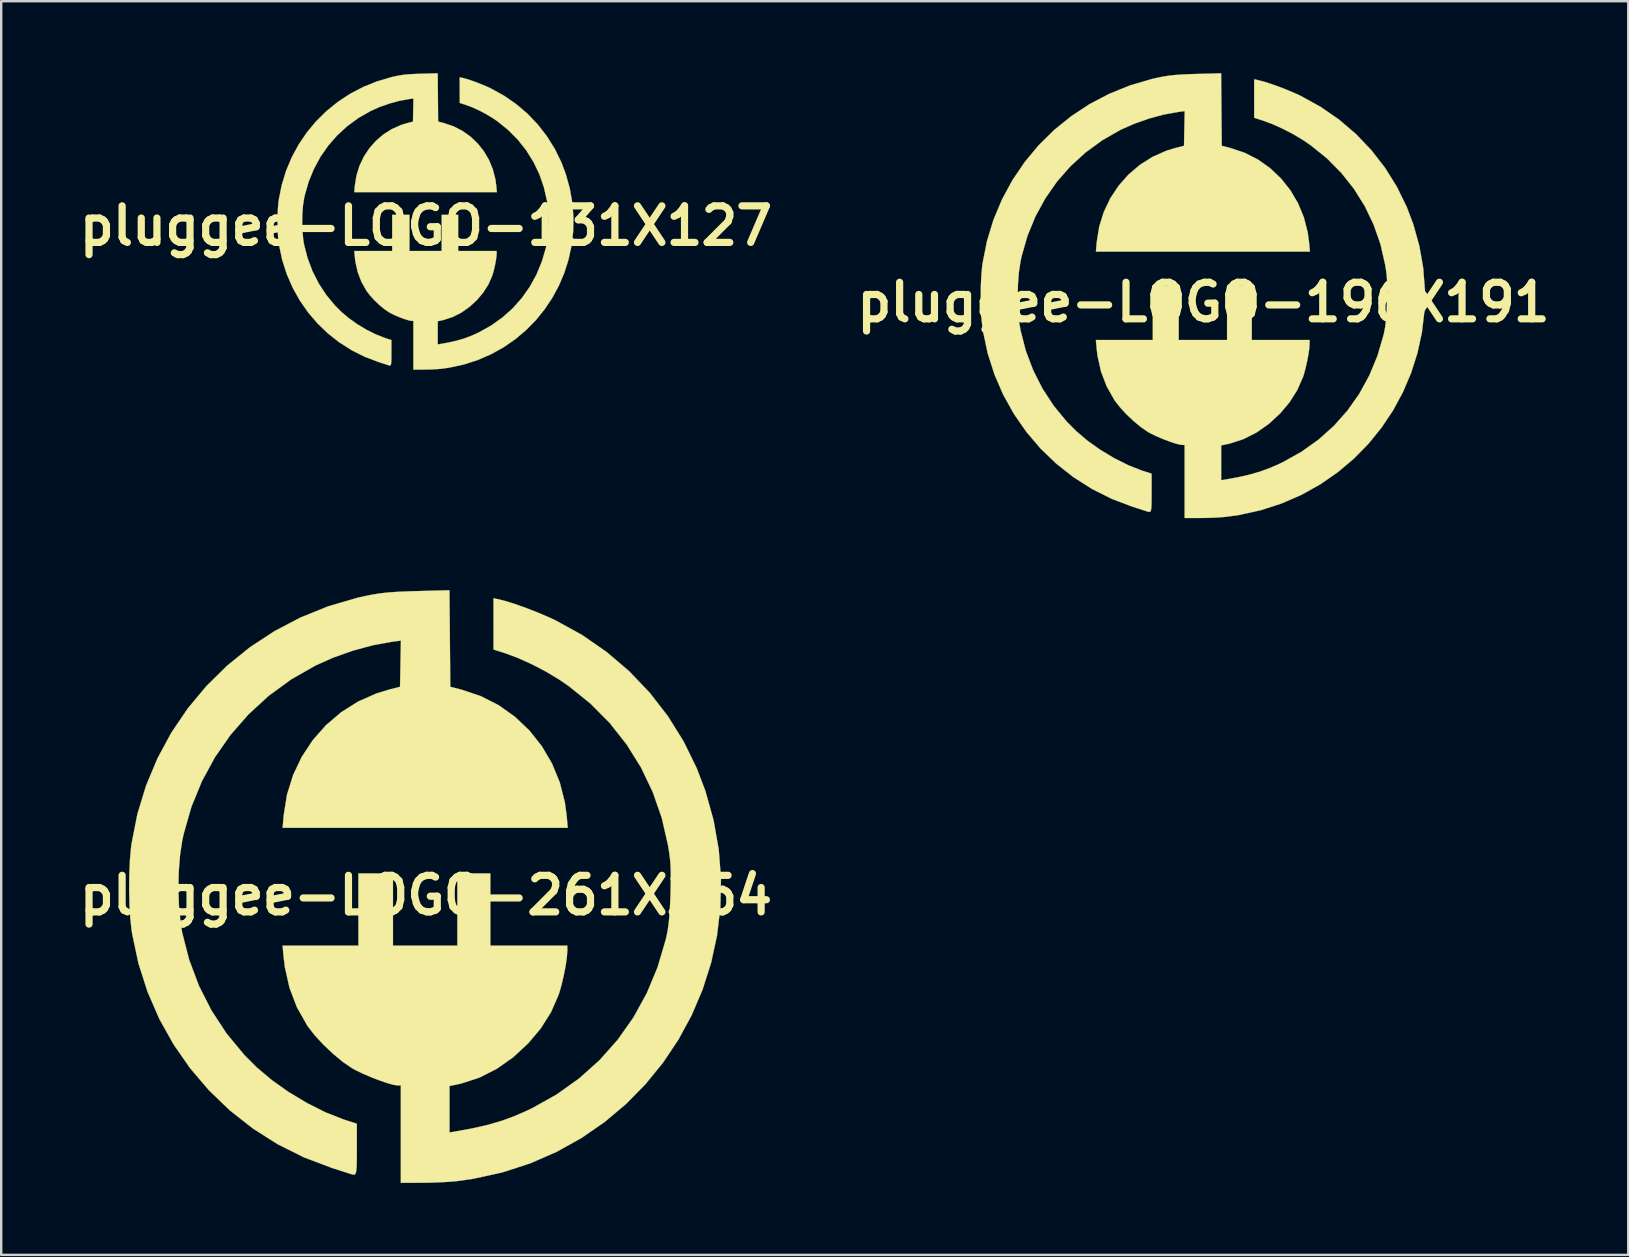
<source format=kicad_pcb>
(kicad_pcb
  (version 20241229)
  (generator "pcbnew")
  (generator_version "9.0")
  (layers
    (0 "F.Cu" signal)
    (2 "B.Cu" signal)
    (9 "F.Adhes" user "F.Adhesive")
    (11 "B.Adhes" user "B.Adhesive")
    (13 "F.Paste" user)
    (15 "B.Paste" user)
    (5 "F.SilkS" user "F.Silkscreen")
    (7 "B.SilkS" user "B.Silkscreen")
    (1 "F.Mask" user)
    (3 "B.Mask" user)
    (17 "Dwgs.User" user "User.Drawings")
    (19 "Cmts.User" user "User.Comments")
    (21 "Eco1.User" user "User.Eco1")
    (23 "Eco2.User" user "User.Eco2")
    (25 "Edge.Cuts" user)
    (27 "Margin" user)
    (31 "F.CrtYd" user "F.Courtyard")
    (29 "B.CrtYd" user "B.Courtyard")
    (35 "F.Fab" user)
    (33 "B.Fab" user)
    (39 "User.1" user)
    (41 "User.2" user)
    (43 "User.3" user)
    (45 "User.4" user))
  (footprint "pluggee-LOGO-261X254"
    (layer "F.Cu")
    (at 14.703 34.267)
    (property "Reference" "pluggee-LOGO-261X254" (at 0 0 0) (layer "F.SilkS") (effects (font (size 1.524 1.524) (thickness 0.3))))
    (attr through_hole)
    (fp_poly (pts (xy 0.997 -10.705) (xy 1.015 -8.692) (xy 1.485 -8.572) (xy 2.289 -8.303) (xy 3.034 -7.923) (xy 3.711 -7.442) (xy 4.312 -6.87) (xy 4.829 -6.218) (xy 5.253 -5.496) (xy 5.576 -4.713) (xy 5.789 -3.879) (xy 5.865 -3.322) (xy 5.91 -2.815) (xy -5.974 -2.815) (xy -5.928 -3.346) (xy -5.791 -4.2) (xy -5.538 -5.011) (xy -5.178 -5.77) (xy -4.719 -6.466) (xy -4.17 -7.089) (xy -3.539 -7.628) (xy -2.836 -8.073) (xy -2.068 -8.414) (xy -1.55 -8.572) (xy -1.08 -8.692) (xy -1.062 -9.655) (xy -1.044 -10.618) (xy -1.389 -10.574) (xy -2.198 -10.428) (xy -3.045 -10.199) (xy -3.879 -9.904) (xy -4.615 -9.574) (xy -5.625 -8.996) (xy -6.553 -8.318) (xy -7.394 -7.548) (xy -8.141 -6.694) (xy -8.791 -5.762) (xy -9.337 -4.759) (xy -9.774 -3.692) (xy -10.096 -2.569) (xy -10.16 -2.273) (xy -10.251 -1.665) (xy -10.304 -0.975) (xy -10.318 -0.247) (xy -10.292 0.473) (xy -10.227 1.143) (xy -10.16 1.553) (xy -9.868 2.688) (xy -9.459 3.774) (xy -8.937 4.801) (xy -8.308 5.761) (xy -7.577 6.644) (xy -7.051 7.172) (xy -6.423 7.701) (xy -5.713 8.204) (xy -4.957 8.657) (xy -4.189 9.042) (xy -3.446 9.336) (xy -3.355 9.366) (xy -2.88 9.518) (xy -2.88 10.585) (xy -2.882 10.989) (xy -2.887 11.28) (xy -2.902 11.473) (xy -2.928 11.586) (xy -2.97 11.637) (xy -3.033 11.642) (xy -3.11 11.621) (xy -3.194 11.593) (xy -3.377 11.535) (xy -3.631 11.453) (xy -3.928 11.358) (xy -5.09 10.918) (xy -6.189 10.368) (xy -7.218 9.714) (xy -8.173 8.963) (xy -9.046 8.124) (xy -9.831 7.202) (xy -10.524 6.205) (xy -11.118 5.14) (xy -11.606 4.014) (xy -11.984 2.834) (xy -12.244 1.607) (xy -12.271 1.432) (xy -12.324 0.941) (xy -12.357 0.361) (xy -12.37 -0.265) (xy -12.363 -0.898) (xy -12.336 -1.496) (xy -12.289 -2.017) (xy -12.271 -2.152) (xy -12.027 -3.389) (xy -11.664 -4.578) (xy -11.189 -5.711) (xy -10.609 -6.784) (xy -9.928 -7.789) (xy -9.153 -8.72) (xy -8.29 -9.571) (xy -7.345 -10.335) (xy -6.323 -11.007) (xy -5.232 -11.579) (xy -4.076 -12.047) (xy -2.861 -12.402) (xy -2.522 -12.478) (xy -2.201 -12.541) (xy -1.894 -12.589) (xy -1.57 -12.624) (xy -1.198 -12.65) (xy -0.747 -12.67) (xy -0.377 -12.681) (xy 0.98 -12.717) (xy 0.997 -10.705)) (stroke (width 0.01) (type solid)) (fill yes) (layer "F.SilkS"))
    (fp_poly (pts (xy 3.028 -12.339) (xy 3.35 -12.256) (xy 3.756 -12.127) (xy 4.21 -11.964) (xy 4.679 -11.78) (xy 5.128 -11.588) (xy 5.404 -11.459) (xy 6.508 -10.852) (xy 7.533 -10.142) (xy 8.475 -9.337) (xy 9.328 -8.443) (xy 10.085 -7.467) (xy 10.74 -6.415) (xy 11.288 -5.295) (xy 11.647 -4.351) (xy 11.988 -3.13) (xy 12.203 -1.911) (xy 12.296 -0.7) (xy 12.271 0.495) (xy 12.132 1.668) (xy 11.885 2.812) (xy 11.532 3.92) (xy 11.079 4.986) (xy 10.529 6.002) (xy 9.888 6.963) (xy 9.159 7.86) (xy 8.347 8.688) (xy 7.455 9.44) (xy 6.49 10.108) (xy 5.453 10.686) (xy 4.351 11.168) (xy 3.187 11.546) (xy 1.966 11.814) (xy 1.277 11.912) (xy 0.97 11.938) (xy 0.585 11.96) (xy 0.172 11.975) (xy -0.18 11.979) (xy -1.047 11.98) (xy -1.047 7.921) (xy -1.195 7.921) (xy -1.37 7.893) (xy -1.632 7.818) (xy -1.949 7.709) (xy -2.291 7.577) (xy -2.625 7.433) (xy -2.923 7.29) (xy -3.085 7.201) (xy -3.461 6.943) (xy -3.869 6.606) (xy -4.273 6.224) (xy -4.636 5.831) (xy -4.924 5.461) (xy -4.947 5.426) (xy -5.378 4.664) (xy -5.689 3.85) (xy -5.883 2.979) (xy -5.932 2.572) (xy -5.975 2.095) (xy -2.815 2.095) (xy -2.815 -0.916) (xy -1.375 -0.916) (xy -1.375 2.095) (xy 1.309 2.095) (xy 1.309 -0.916) (xy 2.684 -0.916) (xy 2.684 2.095) (xy 5.892 2.095) (xy 5.892 2.315) (xy 5.873 2.583) (xy 5.822 2.932) (xy 5.747 3.321) (xy 5.657 3.709) (xy 5.56 4.052) (xy 5.529 4.144) (xy 5.213 4.868) (xy 4.783 5.549) (xy 4.264 6.165) (xy 3.631 6.752) (xy 2.947 7.231) (xy 2.227 7.597) (xy 1.482 7.84) (xy 1.358 7.868) (xy 0.982 7.947) (xy 0.982 9.882) (xy 1.162 9.852) (xy 1.902 9.719) (xy 2.545 9.574) (xy 3.125 9.407) (xy 3.674 9.208) (xy 4.227 8.966) (xy 4.419 8.874) (xy 5.447 8.299) (xy 6.387 7.629) (xy 7.237 6.867) (xy 7.992 6.018) (xy 8.648 5.087) (xy 9.203 4.079) (xy 9.653 2.997) (xy 9.994 1.846) (xy 10.02 1.735) (xy 10.081 1.425) (xy 10.127 1.074) (xy 10.161 0.656) (xy 10.185 0.143) (xy 10.192 -0.065) (xy 10.203 -0.535) (xy 10.205 -0.907) (xy 10.196 -1.218) (xy 10.174 -1.5) (xy 10.137 -1.788) (xy 10.089 -2.086) (xy 9.83 -3.22) (xy 9.453 -4.304) (xy 8.962 -5.331) (xy 8.362 -6.293) (xy 7.658 -7.183) (xy 6.854 -7.994) (xy 5.956 -8.718) (xy 5.55 -8.996) (xy 5.013 -9.319) (xy 4.434 -9.622) (xy 3.858 -9.884) (xy 3.329 -10.083) (xy 3.291 -10.095) (xy 2.817 -10.245) (xy 2.816 -11.314) (xy 2.815 -12.383) (xy 3.028 -12.339)) (stroke (width 0.01) (type solid)) (fill yes) (layer "F.SilkS")))
  (footprint "pluggee-LOGO-131X127"
    (layer "F.Cu")
    (at 14.703 6.364)
    (property "Reference" "pluggee-LOGO-131X127" (at 0 0 0) (layer "F.SilkS") (effects (font (size 1.524 1.524) (thickness 0.3))))
    (attr through_hole)
    (fp_poly (pts (xy 0.499 -5.352) (xy 0.507 -4.346) (xy 0.742 -4.286) (xy 1.145 -4.151) (xy 1.517 -3.961) (xy 1.856 -3.721) (xy 2.156 -3.435) (xy 2.415 -3.109) (xy 2.627 -2.748) (xy 2.788 -2.356) (xy 2.895 -1.94) (xy 2.932 -1.661) (xy 2.955 -1.407) (xy -2.987 -1.407) (xy -2.964 -1.673) (xy -2.895 -2.1) (xy -2.769 -2.506) (xy -2.589 -2.885) (xy -2.359 -3.233) (xy -2.085 -3.544) (xy -1.77 -3.814) (xy -1.418 -4.036) (xy -1.034 -4.207) (xy -0.775 -4.286) (xy -0.54 -4.346) (xy -0.531 -4.827) (xy -0.522 -5.309) (xy -0.695 -5.287) (xy -1.099 -5.214) (xy -1.522 -5.1) (xy -1.94 -4.952) (xy -2.308 -4.787) (xy -2.813 -4.498) (xy -3.277 -4.159) (xy -3.697 -3.774) (xy -4.071 -3.347) (xy -4.395 -2.881) (xy -4.668 -2.379) (xy -4.887 -1.846) (xy -5.048 -1.284) (xy -5.08 -1.137) (xy -5.126 -0.832) (xy -5.152 -0.487) (xy -5.159 -0.124) (xy -5.146 0.236) (xy -5.114 0.571) (xy -5.08 0.777) (xy -4.934 1.344) (xy -4.729 1.887) (xy -4.469 2.4) (xy -4.154 2.88) (xy -3.789 3.322) (xy -3.525 3.586) (xy -3.211 3.851) (xy -2.856 4.102) (xy -2.478 4.329) (xy -2.095 4.521) (xy -1.723 4.668) (xy -1.678 4.683) (xy -1.44 4.759) (xy -1.44 5.293) (xy -1.441 5.495) (xy -1.444 5.64) (xy -1.451 5.736) (xy -1.464 5.793) (xy -1.485 5.819) (xy -1.516 5.821) (xy -1.555 5.81) (xy -1.597 5.797) (xy -1.689 5.767) (xy -1.815 5.727) (xy -1.964 5.679) (xy -2.545 5.459) (xy -3.094 5.184) (xy -3.609 4.857) (xy -4.086 4.482) (xy -4.523 4.062) (xy -4.916 3.601) (xy -5.262 3.102) (xy -5.559 2.57) (xy -5.803 2.007) (xy -5.992 1.417) (xy -6.122 0.803) (xy -6.136 0.716) (xy -6.162 0.47) (xy -6.179 0.181) (xy -6.185 -0.133) (xy -6.182 -0.449) (xy -6.168 -0.748) (xy -6.145 -1.009) (xy -6.136 -1.076) (xy -6.013 -1.695) (xy -5.832 -2.289) (xy -5.595 -2.856) (xy -5.304 -3.392) (xy -4.964 -3.894) (xy -4.577 -4.36) (xy -4.145 -4.785) (xy -3.672 -5.168) (xy -3.162 -5.503) (xy -2.616 -5.79) (xy -2.038 -6.023) (xy -1.431 -6.201) (xy -1.261 -6.239) (xy -1.101 -6.271) (xy -0.947 -6.294) (xy -0.785 -6.312) (xy -0.599 -6.325) (xy -0.373 -6.335) (xy -0.189 -6.341) (xy 0.49 -6.359) (xy 0.499 -5.352)) (stroke (width 0.01) (type solid)) (fill yes) (layer "F.SilkS"))
    (fp_poly (pts (xy 1.514 -6.17) (xy 1.675 -6.128) (xy 1.878 -6.064) (xy 2.105 -5.982) (xy 2.339 -5.89) (xy 2.564 -5.794) (xy 2.702 -5.73) (xy 3.254 -5.426) (xy 3.767 -5.071) (xy 4.238 -4.669) (xy 4.664 -4.221) (xy 5.042 -3.733) (xy 5.37 -3.208) (xy 5.644 -2.648) (xy 5.823 -2.176) (xy 5.994 -1.565) (xy 6.101 -0.955) (xy 6.148 -0.35) (xy 6.135 0.248) (xy 6.066 0.834) (xy 5.942 1.406) (xy 5.766 1.96) (xy 5.539 2.493) (xy 5.265 3.001) (xy 4.944 3.481) (xy 4.58 3.93) (xy 4.173 4.344) (xy 3.728 4.72) (xy 3.245 5.054) (xy 2.727 5.343) (xy 2.176 5.584) (xy 1.594 5.773) (xy 0.983 5.907) (xy 0.638 5.956) (xy 0.485 5.969) (xy 0.292 5.98) (xy 0.086 5.987) (xy -0.09 5.99) (xy -0.524 5.99) (xy -0.524 3.961) (xy -0.597 3.96) (xy -0.685 3.946) (xy -0.816 3.909) (xy -0.975 3.855) (xy -1.145 3.788) (xy -1.313 3.717) (xy -1.461 3.645) (xy -1.542 3.6) (xy -1.731 3.471) (xy -1.935 3.303) (xy -2.136 3.112) (xy -2.318 2.915) (xy -2.462 2.73) (xy -2.474 2.713) (xy -2.689 2.332) (xy -2.845 1.925) (xy -2.942 1.49) (xy -2.966 1.286) (xy -2.988 1.047) (xy -1.407 1.047) (xy -1.407 -0.458) (xy -0.687 -0.458) (xy -0.687 1.047) (xy 0.655 1.047) (xy 0.655 -0.458) (xy 1.342 -0.458) (xy 1.342 1.047) (xy 2.946 1.047) (xy 2.946 1.158) (xy 2.936 1.291) (xy 2.911 1.466) (xy 2.874 1.661) (xy 2.828 1.854) (xy 2.78 2.026) (xy 2.765 2.072) (xy 2.607 2.434) (xy 2.391 2.775) (xy 2.132 3.083) (xy 1.815 3.376) (xy 1.474 3.616) (xy 1.113 3.798) (xy 0.741 3.92) (xy 0.679 3.934) (xy 0.491 3.974) (xy 0.491 4.941) (xy 0.581 4.926) (xy 0.951 4.86) (xy 1.273 4.787) (xy 1.562 4.704) (xy 1.837 4.604) (xy 2.114 4.483) (xy 2.209 4.437) (xy 2.723 4.15) (xy 3.194 3.814) (xy 3.618 3.434) (xy 3.996 3.009) (xy 4.324 2.544) (xy 4.602 2.039) (xy 4.827 1.498) (xy 4.997 0.923) (xy 5.01 0.867) (xy 5.04 0.712) (xy 5.063 0.537) (xy 5.08 0.328) (xy 5.093 0.071) (xy 5.096 -0.033) (xy 5.102 -0.267) (xy 5.103 -0.454) (xy 5.098 -0.609) (xy 5.087 -0.75) (xy 5.068 -0.894) (xy 5.044 -1.043) (xy 4.915 -1.61) (xy 4.727 -2.152) (xy 4.481 -2.665) (xy 4.181 -3.147) (xy 3.829 -3.592) (xy 3.427 -3.997) (xy 2.978 -4.359) (xy 2.775 -4.498) (xy 2.507 -4.659) (xy 2.217 -4.811) (xy 1.929 -4.942) (xy 1.665 -5.041) (xy 1.645 -5.048) (xy 1.409 -5.123) (xy 1.407 -6.192) (xy 1.514 -6.17)) (stroke (width 0.01) (type solid)) (fill yes) (layer "F.SilkS")))
  (footprint "pluggee-LOGO-196X191"
    (layer "F.Cu")
    (at 47.109 9.549)
    (property "Reference" "pluggee-LOGO-196X191" (at 0 0 0) (layer "F.SilkS") (effects (font (size 1.524 1.524) (thickness 0.3))))
    (attr through_hole)
    (fp_poly (pts (xy 0.749 -8.034) (xy 0.762 -6.523) (xy 1.114 -6.433) (xy 1.718 -6.231) (xy 2.277 -5.946) (xy 2.785 -5.585) (xy 3.236 -5.156) (xy 3.624 -4.667) (xy 3.942 -4.125) (xy 4.185 -3.537) (xy 4.345 -2.911) (xy 4.401 -2.493) (xy 4.435 -2.113) (xy -4.483 -2.113) (xy -4.449 -2.511) (xy -4.346 -3.152) (xy -4.156 -3.761) (xy -3.886 -4.33) (xy -3.541 -4.853) (xy -3.129 -5.32) (xy -2.656 -5.724) (xy -2.128 -6.059) (xy -1.552 -6.315) (xy -1.163 -6.433) (xy -0.811 -6.523) (xy -0.797 -7.246) (xy -0.783 -7.969) (xy -1.043 -7.935) (xy -1.65 -7.826) (xy -2.285 -7.654) (xy -2.911 -7.432) (xy -3.464 -7.185) (xy -4.222 -6.751) (xy -4.918 -6.242) (xy -5.549 -5.665) (xy -6.11 -5.024) (xy -6.597 -4.324) (xy -7.007 -3.571) (xy -7.335 -2.771) (xy -7.577 -1.928) (xy -7.625 -1.706) (xy -7.694 -1.249) (xy -7.733 -0.731) (xy -7.743 -0.186) (xy -7.724 0.355) (xy -7.676 0.857) (xy -7.625 1.166) (xy -7.406 2.018) (xy -7.098 2.832) (xy -6.707 3.603) (xy -6.235 4.323) (xy -5.687 4.986) (xy -5.291 5.382) (xy -4.82 5.78) (xy -4.287 6.157) (xy -3.72 6.497) (xy -3.144 6.786) (xy -2.586 7.007) (xy -2.518 7.029) (xy -2.162 7.143) (xy -2.162 7.944) (xy -2.163 8.247) (xy -2.167 8.465) (xy -2.178 8.61) (xy -2.197 8.695) (xy -2.229 8.733) (xy -2.276 8.737) (xy -2.334 8.721) (xy -2.397 8.701) (xy -2.534 8.657) (xy -2.725 8.595) (xy -2.948 8.524) (xy -3.82 8.194) (xy -4.645 7.781) (xy -5.417 7.29) (xy -6.133 6.727) (xy -6.789 6.097) (xy -7.378 5.405) (xy -7.898 4.657) (xy -8.344 3.857) (xy -8.71 3.012) (xy -8.994 2.127) (xy -9.189 1.206) (xy -9.209 1.075) (xy -9.249 0.706) (xy -9.274 0.271) (xy -9.284 -0.199) (xy -9.279 -0.674) (xy -9.258 -1.122) (xy -9.223 -1.514) (xy -9.209 -1.615) (xy -9.026 -2.543) (xy -8.754 -3.436) (xy -8.397 -4.286) (xy -7.962 -5.091) (xy -7.451 -5.845) (xy -6.869 -6.544) (xy -6.222 -7.183) (xy -5.512 -7.756) (xy -4.746 -8.261) (xy -3.926 -8.69) (xy -3.059 -9.041) (xy -2.147 -9.308) (xy -1.893 -9.365) (xy -1.652 -9.412) (xy -1.422 -9.448) (xy -1.178 -9.474) (xy -0.899 -9.494) (xy -0.56 -9.509) (xy -0.283 -9.517) (xy 0.736 -9.544) (xy 0.749 -8.034)) (stroke (width 0.01) (type solid)) (fill yes) (layer "F.SilkS"))
    (fp_poly (pts (xy 2.272 -9.26) (xy 2.514 -9.198) (xy 2.819 -9.101) (xy 3.16 -8.979) (xy 3.511 -8.841) (xy 3.849 -8.696) (xy 4.056 -8.6) (xy 4.884 -8.144) (xy 5.654 -7.612) (xy 6.361 -7.007) (xy 7 -6.336) (xy 7.569 -5.604) (xy 8.06 -4.815) (xy 8.472 -3.974) (xy 8.741 -3.266) (xy 8.997 -2.349) (xy 9.158 -1.434) (xy 9.228 -0.525) (xy 9.209 0.372) (xy 9.105 1.252) (xy 8.919 2.11) (xy 8.655 2.942) (xy 8.314 3.742) (xy 7.902 4.505) (xy 7.421 5.225) (xy 6.874 5.899) (xy 6.264 6.52) (xy 5.595 7.084) (xy 4.87 7.586) (xy 4.093 8.02) (xy 3.265 8.381) (xy 2.392 8.665) (xy 1.475 8.866) (xy 0.958 8.939) (xy 0.728 8.96) (xy 0.439 8.976) (xy 0.129 8.987) (xy -0.135 8.99) (xy -0.786 8.991) (xy -0.786 5.945) (xy -0.897 5.944) (xy -1.028 5.923) (xy -1.225 5.868) (xy -1.463 5.786) (xy -1.719 5.686) (xy -1.97 5.579) (xy -2.193 5.471) (xy -2.315 5.404) (xy -2.598 5.21) (xy -2.904 4.957) (xy -3.207 4.671) (xy -3.479 4.376) (xy -3.696 4.098) (xy -3.713 4.072) (xy -4.036 3.5) (xy -4.27 2.889) (xy -4.415 2.236) (xy -4.452 1.93) (xy -4.484 1.572) (xy -2.113 1.572) (xy -2.113 -0.688) (xy -1.032 -0.688) (xy -1.032 1.572) (xy 0.983 1.572) (xy 0.983 -0.688) (xy 2.014 -0.688) (xy 2.014 1.572) (xy 4.422 1.572) (xy 4.422 1.738) (xy 4.408 1.938) (xy 4.369 2.2) (xy 4.313 2.493) (xy 4.245 2.784) (xy 4.173 3.041) (xy 4.15 3.11) (xy 3.912 3.653) (xy 3.589 4.165) (xy 3.2 4.627) (xy 2.725 5.067) (xy 2.212 5.427) (xy 1.671 5.701) (xy 1.112 5.884) (xy 1.019 5.905) (xy 0.737 5.964) (xy 0.737 7.416) (xy 0.872 7.394) (xy 1.428 7.294) (xy 1.91 7.185) (xy 2.345 7.06) (xy 2.757 6.91) (xy 3.172 6.729) (xy 3.316 6.659) (xy 4.088 6.228) (xy 4.793 5.725) (xy 5.431 5.154) (xy 5.998 4.517) (xy 6.49 3.818) (xy 6.907 3.061) (xy 7.245 2.249) (xy 7.5 1.386) (xy 7.52 1.302) (xy 7.566 1.069) (xy 7.6 0.806) (xy 7.625 0.492) (xy 7.644 0.107) (xy 7.649 -0.049) (xy 7.657 -0.401) (xy 7.659 -0.681) (xy 7.652 -0.914) (xy 7.635 -1.126) (xy 7.608 -1.342) (xy 7.572 -1.566) (xy 7.378 -2.417) (xy 7.094 -3.23) (xy 6.726 -4.001) (xy 6.275 -4.723) (xy 5.747 -5.391) (xy 5.144 -6) (xy 4.47 -6.543) (xy 4.165 -6.752) (xy 3.762 -6.994) (xy 3.328 -7.221) (xy 2.895 -7.418) (xy 2.499 -7.567) (xy 2.47 -7.576) (xy 2.114 -7.689) (xy 2.113 -8.491) (xy 2.113 -9.293) (xy 2.272 -9.26)) (stroke (width 0.01) (type solid)) (fill yes) (layer "F.SilkS")))
  (gr_rect
    (start -3 -3)
    (end 64.812 49.252)
    (stroke (width 0.1) (type default))
    (fill no)
    (layer "Edge.Cuts")))
</source>
